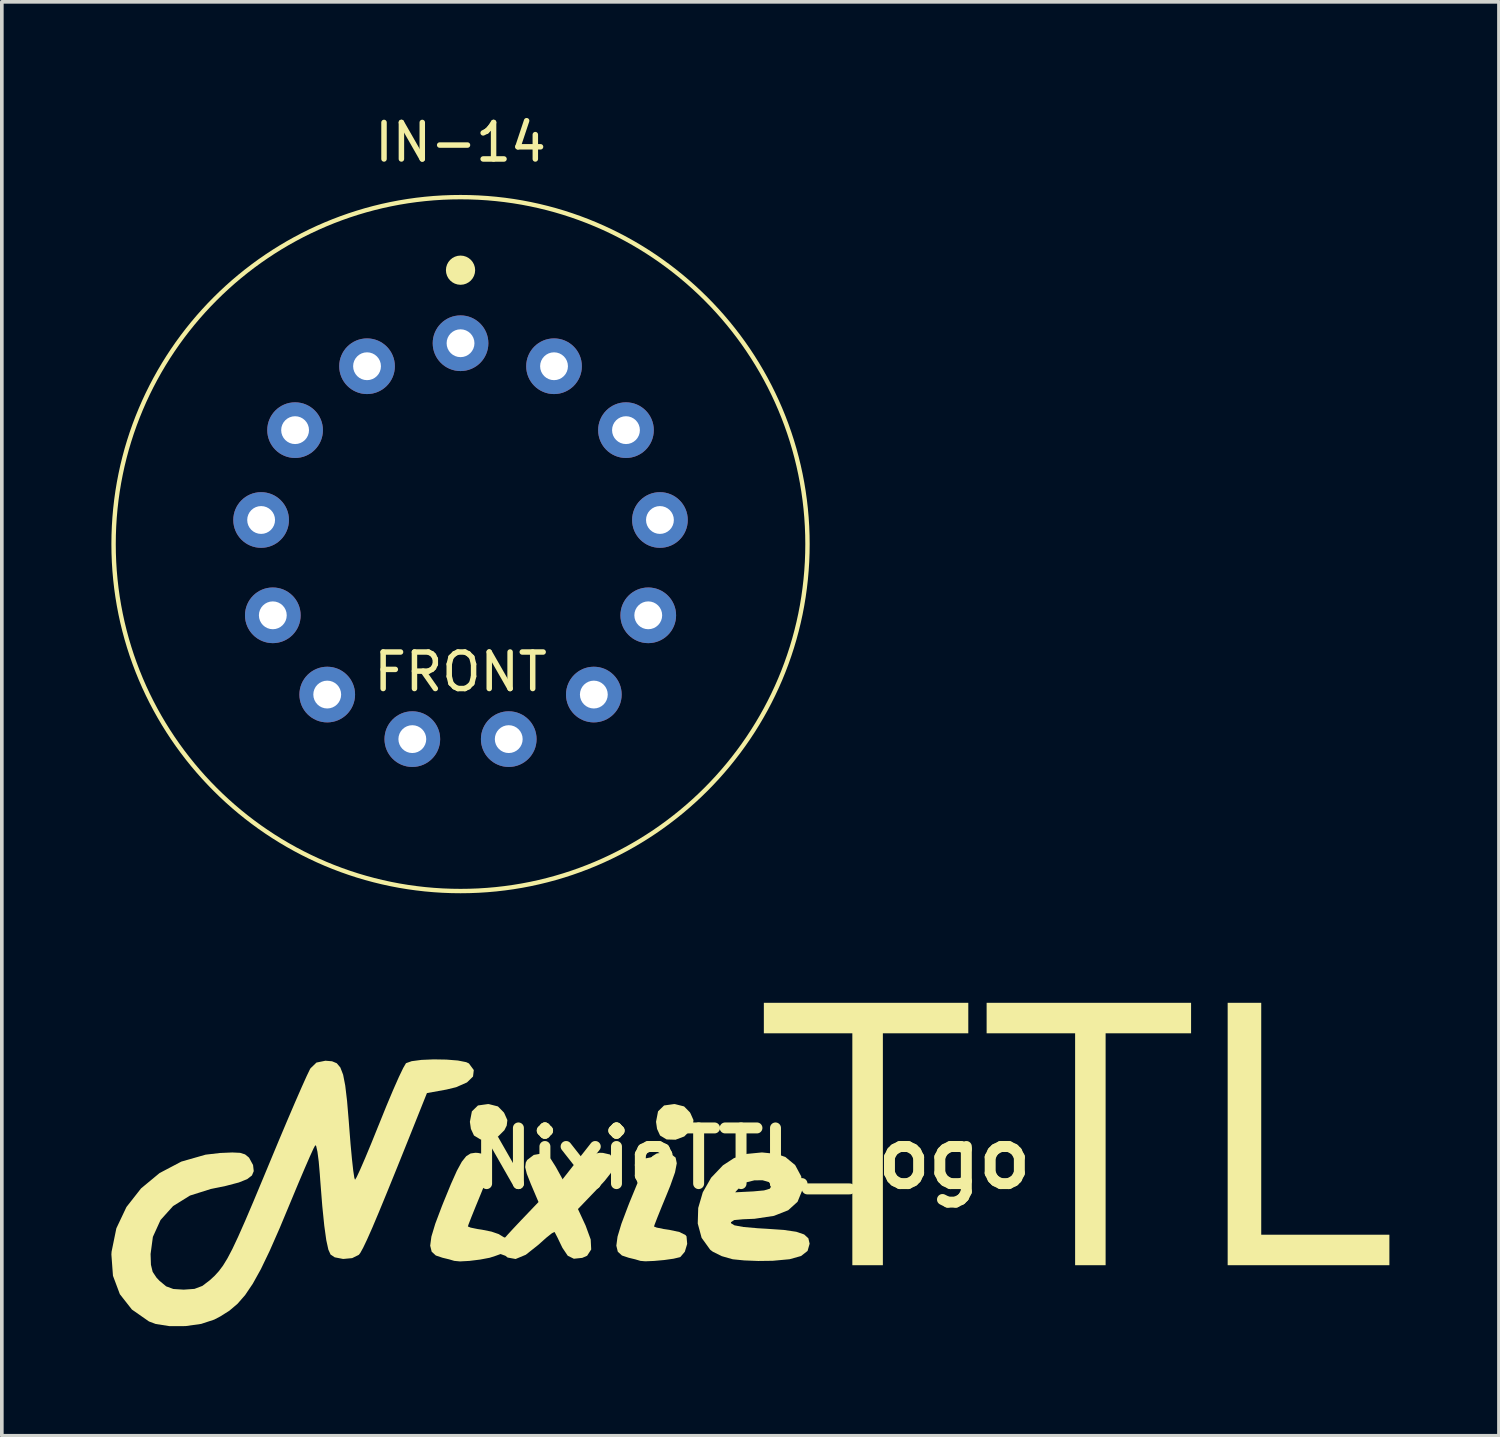
<source format=kicad_pcb>
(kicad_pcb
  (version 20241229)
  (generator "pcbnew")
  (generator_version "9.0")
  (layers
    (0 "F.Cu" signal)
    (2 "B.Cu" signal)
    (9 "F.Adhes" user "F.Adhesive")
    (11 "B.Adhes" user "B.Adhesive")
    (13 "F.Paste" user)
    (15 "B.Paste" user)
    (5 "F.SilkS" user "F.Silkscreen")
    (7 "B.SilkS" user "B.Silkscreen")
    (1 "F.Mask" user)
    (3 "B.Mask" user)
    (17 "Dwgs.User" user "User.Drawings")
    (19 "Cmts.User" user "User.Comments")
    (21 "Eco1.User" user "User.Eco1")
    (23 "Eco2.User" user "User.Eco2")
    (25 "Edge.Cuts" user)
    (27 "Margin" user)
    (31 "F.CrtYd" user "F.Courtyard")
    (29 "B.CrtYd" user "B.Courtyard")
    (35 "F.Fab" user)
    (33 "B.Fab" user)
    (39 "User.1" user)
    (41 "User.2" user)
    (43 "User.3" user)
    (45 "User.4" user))
  (footprint "NixieTTL_logo"
    (layer "F.Cu")
    (at 17.531 28.669)
    (property "Reference" "NixieTTL_logo" (at 0 0 0) (layer "F.SilkS") (effects (font (size 1.524 1.524) (thickness 0.3))))
    (attr board_only exclude_from_pos_files exclude_from_bom)
    (fp_poly (pts (xy 13.953 2.089) (xy 17.462 2.089) (xy 17.462 2.924) (xy 13.034 2.924) (xy 13.034 -4.261) (xy 13.953 -4.261)) (stroke (width 0) (type solid)) (fill yes) (layer "F.SilkS"))
    (fp_poly (pts (xy 5.932 -3.426) (xy 3.593 -3.426) (xy 3.593 2.924) (xy 2.757 2.924) (xy 2.757 -3.426) (xy 0.334 -3.426) (xy 0.334 -4.261) (xy 5.932 -4.261)) (stroke (width 0) (type solid)) (fill yes) (layer "F.SilkS"))
    (fp_poly (pts (xy 12.032 -3.426) (xy 9.692 -3.426) (xy 9.692 2.924) (xy 8.857 2.924) (xy 8.857 -3.426) (xy 6.434 -3.426) (xy 6.434 -4.261) (xy 12.032 -4.261)) (stroke (width 0) (type solid)) (fill yes) (layer "F.SilkS"))
    (fp_poly (pts (xy -7.195 -1.487) (xy -6.947 -1.424) (xy -6.787 -1.261) (xy -6.77 -1.232) (xy -6.689 -1.05) (xy -6.706 -0.901) (xy -6.77 -0.773) (xy -6.942 -0.601) (xy -7.181 -0.512) (xy -7.424 -0.519) (xy -7.603 -0.627) (xy -7.687 -0.808) (xy -7.715 -1.003) (xy -7.66 -1.289) (xy -7.494 -1.45) (xy -7.216 -1.489)) (stroke (width 0) (type solid)) (fill yes) (layer "F.SilkS"))
    (fp_poly (pts (xy -2.099 -1.487) (xy -1.85 -1.424) (xy -1.69 -1.261) (xy -1.674 -1.232) (xy -1.593 -1.05) (xy -1.61 -0.901) (xy -1.674 -0.773) (xy -1.845 -0.601) (xy -2.084 -0.512) (xy -2.327 -0.519) (xy -2.507 -0.627) (xy -2.59 -0.808) (xy -2.618 -1.003) (xy -2.563 -1.289) (xy -2.398 -1.45) (xy -2.119 -1.489)) (stroke (width 0) (type solid)) (fill yes) (layer "F.SilkS"))
    (fp_poly (pts (xy -2.394 -0.15) (xy -2.196 -0.11) (xy -2.082 -0.023) (xy -2.05 0.133) (xy -2.098 0.381) (xy -2.226 0.743) (xy -2.325 0.988) (xy -2.466 1.331) (xy -2.58 1.614) (xy -2.653 1.803) (xy -2.674 1.864) (xy -2.599 1.894) (xy -2.407 1.933) (xy -2.252 1.956) (xy -1.978 2.015) (xy -1.811 2.098) (xy -1.783 2.134) (xy -1.765 2.341) (xy -1.83 2.556) (xy -1.95 2.697) (xy -1.97 2.706) (xy -2.139 2.746) (xy -2.393 2.782) (xy -2.672 2.807) (xy -2.911 2.817) (xy -3.049 2.805) (xy -3.05 2.804) (xy -3.188 2.763) (xy -3.366 2.72) (xy -3.552 2.658) (xy -3.665 2.554) (xy -3.705 2.389) (xy -3.672 2.141) (xy -3.566 1.789) (xy -3.386 1.312) (xy -3.343 1.202) (xy -3.137 0.702) (xy -2.974 0.338) (xy -2.839 0.09) (xy -2.719 -0.061) (xy -2.598 -0.136) (xy -2.463 -0.155)) (stroke (width 0) (type solid)) (fill yes) (layer "F.SilkS"))
    (fp_poly (pts (xy 0.676 -0.124) (xy 0.922 -0.04) (xy 1.191 0.182) (xy 1.357 0.491) (xy 1.392 0.83) (xy 1.385 0.874) (xy 1.257 1.187) (xy 1.001 1.419) (xy 0.61 1.573) (xy 0.077 1.653) (xy -0.237 1.666) (xy -0.478 1.688) (xy -0.567 1.746) (xy -0.564 1.775) (xy -0.471 1.832) (xy -0.229 1.877) (xy 0.17 1.912) (xy 0.394 1.925) (xy 0.88 1.958) (xy 1.221 2.008) (xy 1.438 2.082) (xy 1.553 2.187) (xy 1.587 2.332) (xy 1.587 2.337) (xy 1.531 2.533) (xy 1.353 2.672) (xy 1.039 2.76) (xy 0.576 2.803) (xy 0.568 2.803) (xy 0.18 2.808) (xy -0.202 2.793) (xy -0.503 2.763) (xy -0.532 2.758) (xy -0.818 2.676) (xy -1.064 2.554) (xy -1.135 2.5) (xy -1.37 2.174) (xy -1.476 1.782) (xy -1.463 1.356) (xy -1.338 0.928) (xy -0.452 0.928) (xy 0.045 0.903) (xy 0.34 0.876) (xy 0.496 0.83) (xy 0.543 0.754) (xy 0.543 0.752) (xy 0.473 0.648) (xy 0.299 0.598) (xy 0.075 0.6) (xy -0.143 0.654) (xy -0.293 0.753) (xy -0.452 0.928) (xy -1.338 0.928) (xy -1.338 0.928) (xy -1.109 0.528) (xy -0.785 0.188) (xy -0.484 -0.008) (xy -0.13 -0.124) (xy 0.281 -0.164)) (stroke (width 0) (type solid)) (fill yes) (layer "F.SilkS"))
    (fp_poly (pts (xy -4.071 -0.151) (xy -3.877 -0.107) (xy -3.793 0.005) (xy -3.775 0.106) (xy -3.785 0.247) (xy -3.86 0.406) (xy -4.023 0.613) (xy -4.252 0.861) (xy -4.756 1.386) (xy -4.546 1.839) (xy -4.407 2.219) (xy -4.393 2.493) (xy -4.505 2.665) (xy -4.638 2.723) (xy -4.868 2.747) (xy -5.035 2.665) (xy -5.18 2.45) (xy -5.22 2.368) (xy -5.319 2.162) (xy -5.387 2.031) (xy -5.399 2.014) (xy -5.469 2.049) (xy -5.626 2.174) (xy -5.836 2.362) (xy -5.844 2.369) (xy -6.184 2.638) (xy -6.463 2.754) (xy -6.682 2.714) (xy -6.742 2.666) (xy -6.875 2.618) (xy -7.001 2.664) (xy -7.173 2.72) (xy -7.437 2.77) (xy -7.729 2.806) (xy -7.986 2.82) (xy -8.144 2.805) (xy -8.146 2.804) (xy -8.285 2.763) (xy -8.463 2.72) (xy -8.648 2.658) (xy -8.761 2.554) (xy -8.802 2.389) (xy -8.769 2.141) (xy -8.663 1.789) (xy -8.483 1.312) (xy -8.439 1.202) (xy -8.234 0.702) (xy -8.071 0.338) (xy -7.936 0.09) (xy -7.815 -0.061) (xy -7.695 -0.136) (xy -7.56 -0.155) (xy -7.491 -0.15) (xy -7.293 -0.11) (xy -7.179 -0.023) (xy -7.146 0.133) (xy -7.195 0.381) (xy -7.323 0.743) (xy -7.422 0.988) (xy -7.563 1.331) (xy -7.677 1.614) (xy -7.75 1.802) (xy -7.77 1.863) (xy -7.696 1.894) (xy -7.507 1.933) (xy -7.382 1.952) (xy -7.124 2.004) (xy -6.926 2.072) (xy -6.879 2.101) (xy -6.773 2.165) (xy -6.745 2.161) (xy -6.682 2.089) (xy -6.533 1.927) (xy -6.328 1.709) (xy -6.281 1.66) (xy -5.836 1.194) (xy -6.046 0.701) (xy -6.157 0.419) (xy -6.201 0.239) (xy -6.184 0.113) (xy -6.146 0.042) (xy -5.965 -0.096) (xy -5.798 -0.125) (xy -5.632 -0.096) (xy -5.498 0.017) (xy -5.362 0.233) (xy -5.164 0.592) (xy -4.752 0.207) (xy -4.507 -0.007) (xy -4.325 -0.12) (xy -4.16 -0.155)) (stroke (width 0) (type solid)) (fill yes) (layer "F.SilkS"))
    (fp_poly (pts (xy -8.357 -2.706) (xy -8.044 -2.681) (xy -7.816 -2.636) (xy -7.742 -2.601) (xy -7.608 -2.42) (xy -7.629 -2.242) (xy -7.794 -2.081) (xy -8.091 -1.95) (xy -8.359 -1.885) (xy -8.891 -1.789) (xy -9.374 -0.581) (xy -9.706 0.245) (xy -9.983 0.927) (xy -10.209 1.476) (xy -10.39 1.905) (xy -10.532 2.225) (xy -10.638 2.447) (xy -10.714 2.585) (xy -10.755 2.639) (xy -10.938 2.73) (xy -11.185 2.753) (xy -11.416 2.708) (xy -11.529 2.633) (xy -11.59 2.498) (xy -11.647 2.238) (xy -11.702 1.842) (xy -11.757 1.3) (xy -11.812 0.604) (xy -11.824 0.431) (xy -11.854 0.084) (xy -11.889 -0.183) (xy -11.924 -0.339) (xy -11.948 -0.362) (xy -11.999 -0.266) (xy -12.102 -0.04) (xy -12.245 0.289) (xy -12.418 0.696) (xy -12.606 1.148) (xy -12.924 1.91) (xy -13.198 2.533) (xy -13.439 3.034) (xy -13.659 3.43) (xy -13.868 3.74) (xy -14.078 3.981) (xy -14.301 4.17) (xy -14.548 4.326) (xy -14.717 4.414) (xy -15.073 4.531) (xy -15.501 4.591) (xy -15.936 4.593) (xy -16.318 4.533) (xy -16.502 4.464) (xy -16.969 4.138) (xy -17.299 3.718) (xy -17.488 3.213) (xy -17.531 2.631) (xy -17.526 2.554) (xy -17.395 1.914) (xy -17.119 1.331) (xy -16.719 0.821) (xy -16.212 0.401) (xy -15.616 0.087) (xy -14.951 -0.103) (xy -14.556 -0.149) (xy -14.22 -0.163) (xy -14.006 -0.153) (xy -13.872 -0.111) (xy -13.773 -0.031) (xy -13.759 -0.016) (xy -13.652 0.181) (xy -13.633 0.348) (xy -13.683 0.467) (xy -13.812 0.567) (xy -14.042 0.659) (xy -14.396 0.752) (xy -14.809 0.837) (xy -15.379 1.017) (xy -15.842 1.305) (xy -16.185 1.686) (xy -16.395 2.148) (xy -16.458 2.617) (xy -16.448 2.912) (xy -16.401 3.106) (xy -16.296 3.264) (xy -16.216 3.349) (xy -16.031 3.503) (xy -15.835 3.575) (xy -15.552 3.593) (xy -15.55 3.593) (xy -15.256 3.572) (xy -15.04 3.491) (xy -14.837 3.336) (xy -14.706 3.216) (xy -14.588 3.086) (xy -14.473 2.932) (xy -14.352 2.734) (xy -14.217 2.477) (xy -14.059 2.141) (xy -13.869 1.712) (xy -13.638 1.17) (xy -13.358 0.499) (xy -13.2 0.119) (xy -12.95 -0.482) (xy -12.714 -1.041) (xy -12.502 -1.536) (xy -12.322 -1.948) (xy -12.184 -2.255) (xy -12.097 -2.436) (xy -12.079 -2.467) (xy -11.916 -2.625) (xy -11.675 -2.674) (xy -11.656 -2.674) (xy -11.489 -2.66) (xy -11.36 -2.606) (xy -11.262 -2.49) (xy -11.186 -2.293) (xy -11.128 -1.995) (xy -11.078 -1.575) (xy -11.031 -1.014) (xy -11.019 -0.856) (xy -10.982 -0.387) (xy -10.944 0.018) (xy -10.909 0.333) (xy -10.879 0.53) (xy -10.86 0.585) (xy -10.815 0.511) (xy -10.719 0.305) (xy -10.582 -0.011) (xy -10.415 -0.412) (xy -10.228 -0.875) (xy -10.192 -0.963) (xy -9.998 -1.443) (xy -9.817 -1.873) (xy -9.661 -2.226) (xy -9.54 -2.478) (xy -9.467 -2.603) (xy -9.461 -2.609) (xy -9.308 -2.663) (xy -9.04 -2.698) (xy -8.706 -2.712)) (stroke (width 0) (type solid)) (fill yes) (layer "F.SilkS")))
  (footprint "IN-14"
    (layer "F.Cu")
    (at 9.56 11.848)
    (property "Reference" "IN-14" (at 0 -11 0) (layer "F.SilkS") (effects (font (size 1 1) (thickness 0.15))))
    (attr through_hole)
    (fp_circle (center 0 -7.5) (end 0.2 -7.5) (stroke (width 0.4) (type solid)) (fill no) (layer "F.SilkS"))
    (fp_circle (center 0 0) (end 0 -9.5) (stroke (width 0.12) (type solid)) (fill no) (layer "F.SilkS"))
    (fp_text user "FRONT" (at 0 3.5 0) (layer "F.SilkS") (effects (font (size 1 1) (thickness 0.15))))
    (pad "1" thru_hole circle (at 0 -5.5) (size 1.524 1.524) (drill 0.762) (layers "*.Cu" "*.Mask"))
    (pad "2" thru_hole circle (at -2.56 -4.87) (size 1.524 1.524) (drill 0.762) (layers "*.Cu" "*.Mask"))
    (pad "3" thru_hole circle (at -4.53 -3.12) (size 1.524 1.524) (drill 0.762) (layers "*.Cu" "*.Mask"))
    (pad "4" thru_hole circle (at -5.46 -0.66) (size 1.524 1.524) (drill 0.762) (layers "*.Cu" "*.Mask"))
    (pad "5" thru_hole circle (at -5.14 1.95) (size 1.524 1.524) (drill 0.762) (layers "*.Cu" "*.Mask"))
    (pad "6" thru_hole circle (at -3.65 4.12) (size 1.524 1.524) (drill 0.762) (layers "*.Cu" "*.Mask"))
    (pad "7" thru_hole circle (at -1.32 5.34) (size 1.524 1.524) (drill 0.762) (layers "*.Cu" "*.Mask"))
    (pad "8" thru_hole circle (at 1.32 5.34) (size 1.524 1.524) (drill 0.762) (layers "*.Cu" "*.Mask"))
    (pad "9" thru_hole circle (at 3.65 4.12) (size 1.524 1.524) (drill 0.762) (layers "*.Cu" "*.Mask"))
    (pad "10" thru_hole circle (at 5.14 1.95) (size 1.524 1.524) (drill 0.762) (layers "*.Cu" "*.Mask"))
    (pad "11" thru_hole circle (at 5.46 -0.66) (size 1.524 1.524) (drill 0.762) (layers "*.Cu" "*.Mask"))
    (pad "12" thru_hole circle (at 4.53 -3.12) (size 1.524 1.524) (drill 0.762) (layers "*.Cu" "*.Mask"))
    (pad "13" thru_hole circle (at 2.56 -4.87) (size 1.524 1.524) (drill 0.762) (layers "*.Cu" "*.Mask")))
  (gr_rect
    (start -3 -3)
    (end 37.993 36.262)
    (stroke (width 0.1) (type default))
    (fill no)
    (layer "Edge.Cuts")))
</source>
